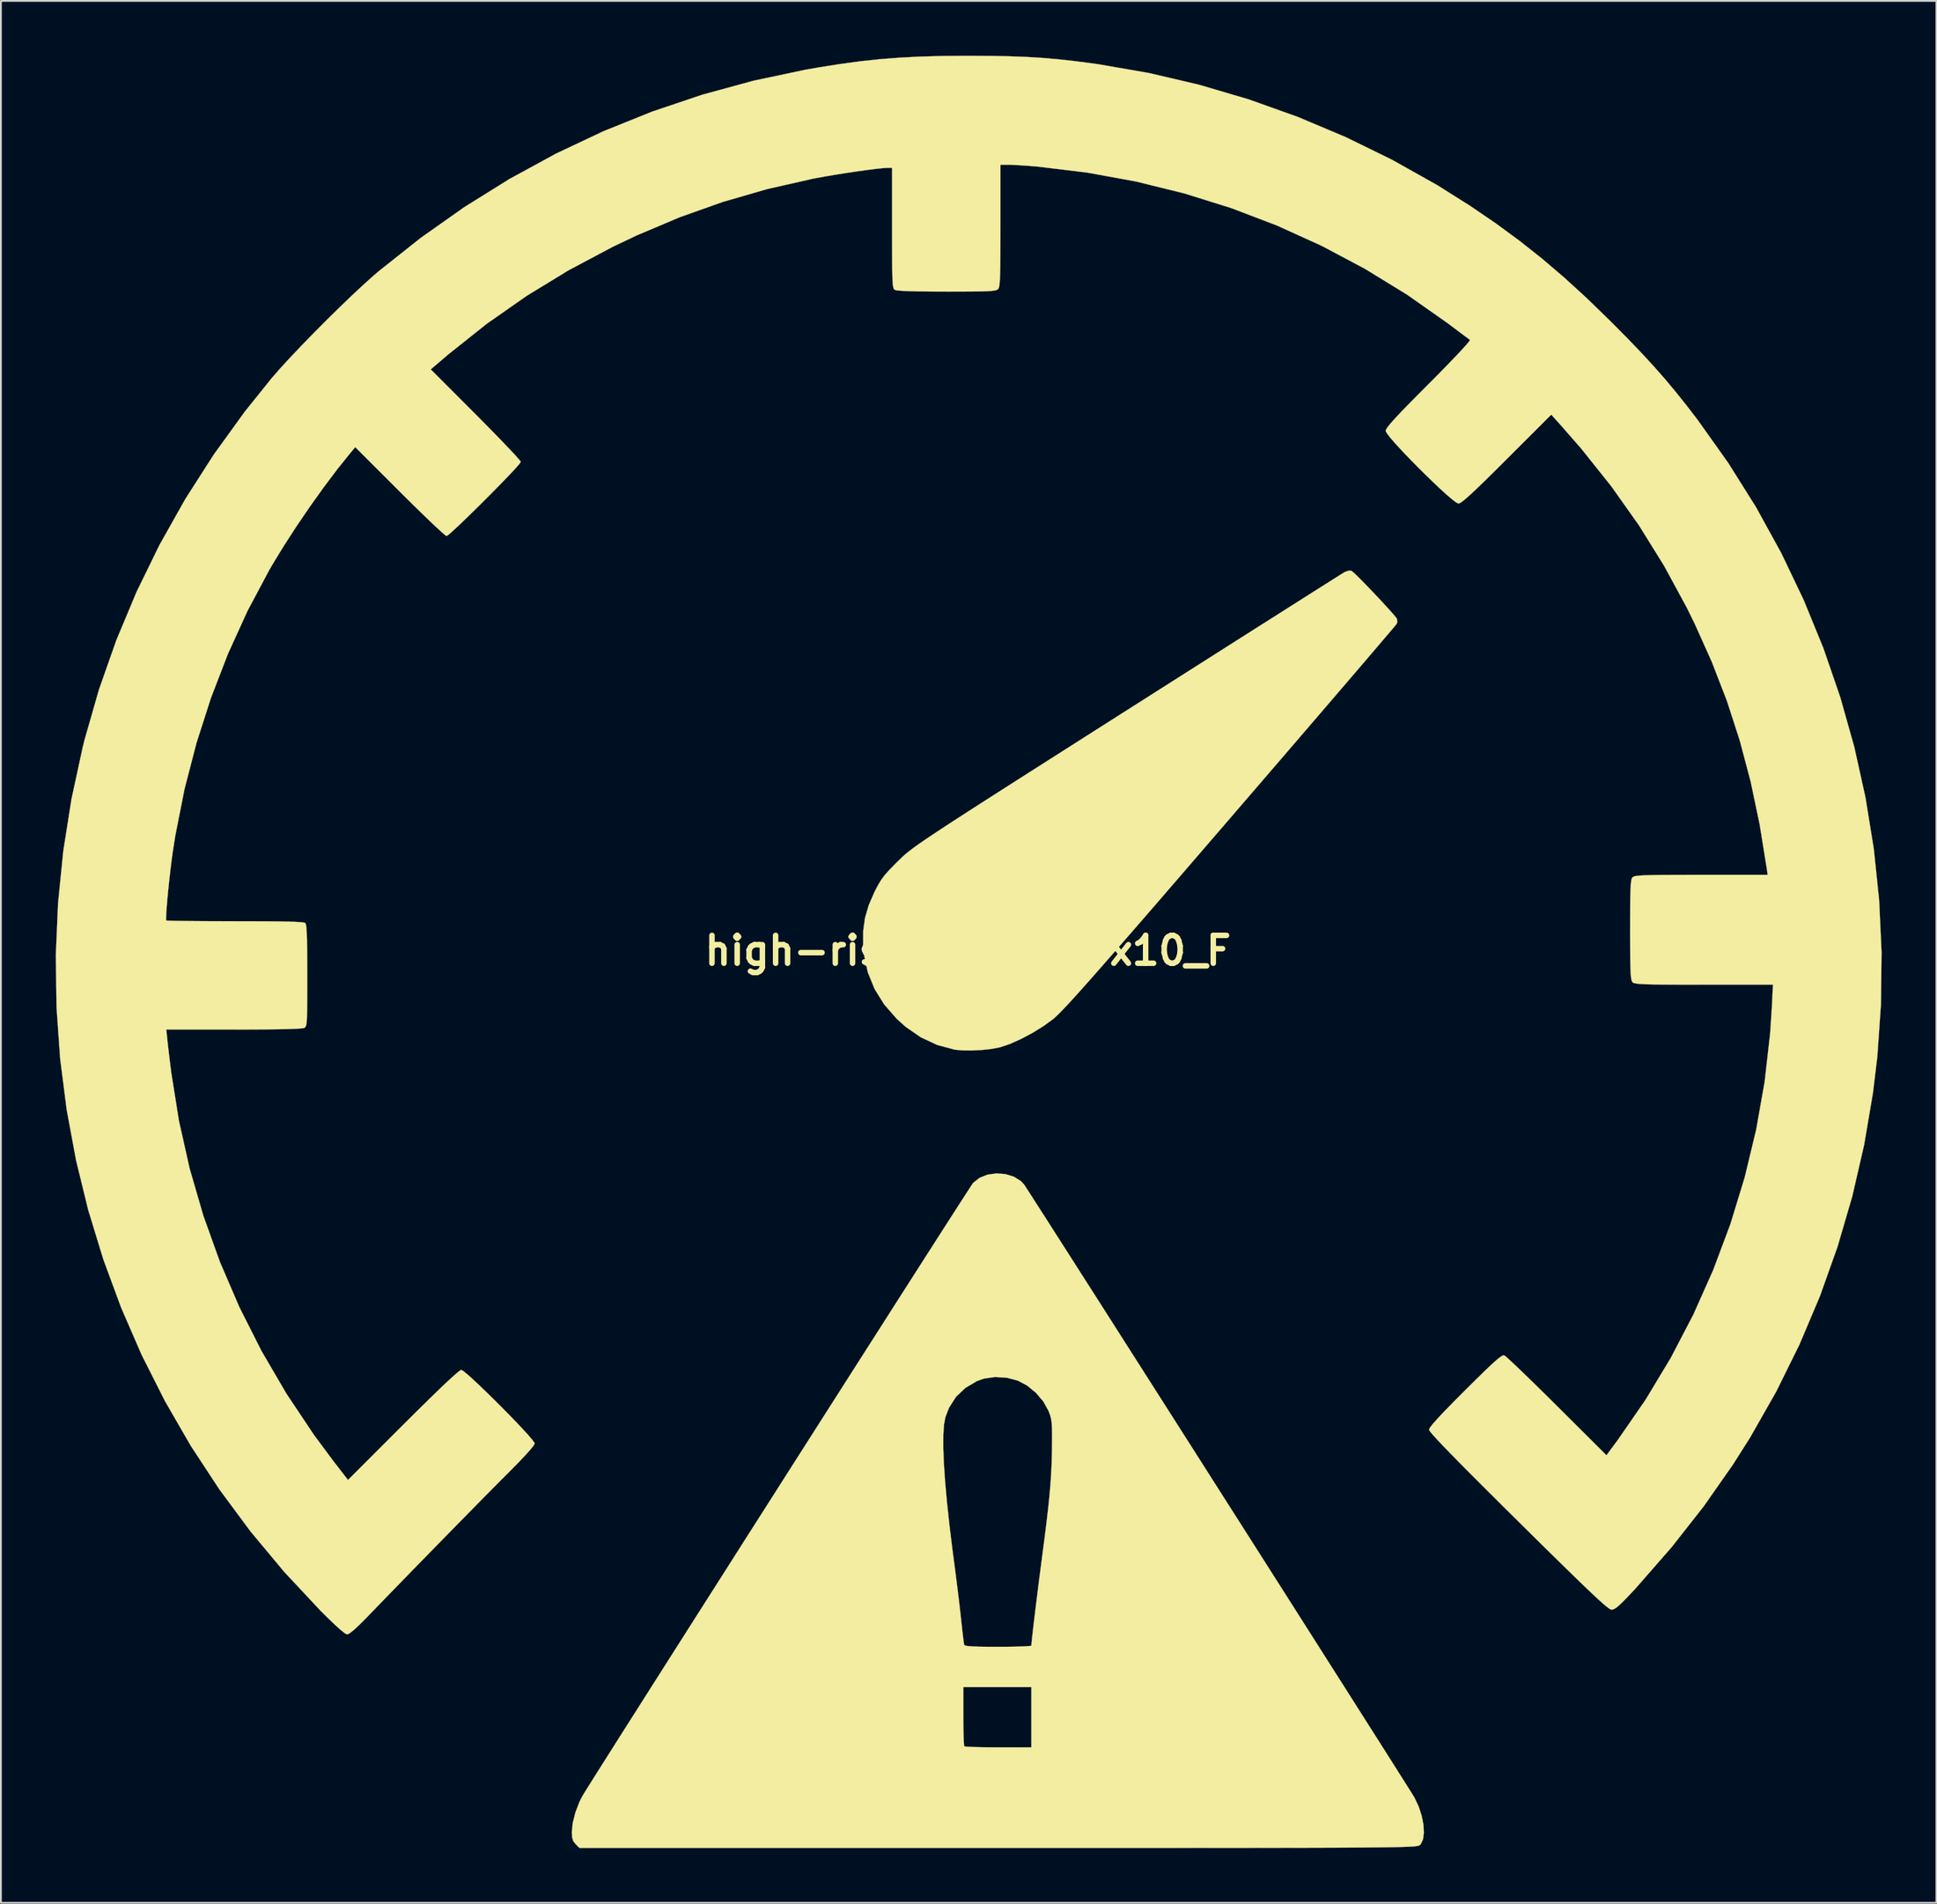
<source format=kicad_pcb>
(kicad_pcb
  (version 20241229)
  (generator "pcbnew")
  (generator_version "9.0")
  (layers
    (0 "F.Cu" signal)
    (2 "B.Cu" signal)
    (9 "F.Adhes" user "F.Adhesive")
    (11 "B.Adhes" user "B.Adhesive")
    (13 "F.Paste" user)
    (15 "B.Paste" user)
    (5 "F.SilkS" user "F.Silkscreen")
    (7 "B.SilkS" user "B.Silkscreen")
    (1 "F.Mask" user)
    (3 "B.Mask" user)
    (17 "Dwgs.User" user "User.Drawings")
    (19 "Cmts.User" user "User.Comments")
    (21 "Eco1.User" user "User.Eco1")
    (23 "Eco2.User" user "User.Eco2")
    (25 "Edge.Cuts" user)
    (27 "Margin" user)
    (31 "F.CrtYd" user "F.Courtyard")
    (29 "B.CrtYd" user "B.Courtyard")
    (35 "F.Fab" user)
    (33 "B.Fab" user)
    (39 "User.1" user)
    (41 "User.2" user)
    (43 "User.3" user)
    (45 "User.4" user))
  (footprint "high-risk-alert_10x10_F"
    (layer "F.Cu")
    (at 49.916 48.977)
    (property "Reference" "high-risk-alert_10x10_F" (at 0 0 0) (layer "F.SilkS") (effects (font (size 1.524 1.524) (thickness 0.3))))
    (attr through_hole)
    (fp_poly (pts (xy 20.98 -20.791) (xy 21.074 -20.719) (xy 21.259 -20.545) (xy 21.514 -20.291) (xy 21.818 -19.98) (xy 22.149 -19.636) (xy 22.485 -19.28) (xy 22.804 -18.936) (xy 23.085 -18.627) (xy 23.306 -18.376) (xy 23.445 -18.205) (xy 23.475 -18.16) (xy 23.496 -17.989) (xy 23.462 -17.887) (xy 23.398 -17.807) (xy 23.23 -17.606) (xy 22.963 -17.291) (xy 22.603 -16.868) (xy 22.156 -16.343) (xy 21.627 -15.725) (xy 21.024 -15.02) (xy 20.351 -14.235) (xy 19.614 -13.376) (xy 18.819 -12.45) (xy 17.973 -11.465) (xy 17.081 -10.427) (xy 16.148 -9.343) (xy 15.182 -8.22) (xy 14.378 -7.286) (xy 13.168 -5.882) (xy 12.063 -4.6) (xy 11.058 -3.436) (xy 10.149 -2.384) (xy 9.329 -1.438) (xy 8.595 -0.592) (xy 7.941 0.159) (xy 7.362 0.821) (xy 6.853 1.399) (xy 6.409 1.9) (xy 6.026 2.329) (xy 5.698 2.691) (xy 5.42 2.992) (xy 5.187 3.238) (xy 4.995 3.435) (xy 4.838 3.588) (xy 4.711 3.703) (xy 4.657 3.748) (xy 4.127 4.134) (xy 3.522 4.508) (xy 2.889 4.843) (xy 2.279 5.114) (xy 1.741 5.293) (xy 1.736 5.294) (xy 1.289 5.379) (xy 0.757 5.437) (xy 0.201 5.465) (xy -0.315 5.459) (xy -0.729 5.417) (xy -0.731 5.417) (xy -1.682 5.161) (xy -2.573 4.746) (xy -3.403 4.174) (xy -3.902 3.725) (xy -4.585 2.941) (xy -5.11 2.095) (xy -5.478 1.189) (xy -5.687 0.221) (xy -5.733 -0.296) (xy -5.73 -1.085) (xy -5.63 -1.802) (xy -5.422 -2.506) (xy -5.111 -3.217) (xy -4.929 -3.57) (xy -4.755 -3.86) (xy -4.557 -4.127) (xy -4.304 -4.414) (xy -3.965 -4.761) (xy -3.857 -4.868) (xy -3.745 -4.978) (xy -3.637 -5.083) (xy -3.525 -5.186) (xy -3.403 -5.293) (xy -3.264 -5.407) (xy -3.1 -5.534) (xy -2.906 -5.679) (xy -2.673 -5.844) (xy -2.396 -6.036) (xy -2.066 -6.259) (xy -1.678 -6.517) (xy -1.225 -6.815) (xy -0.698 -7.158) (xy -0.093 -7.549) (xy 0.599 -7.995) (xy 1.385 -8.498) (xy 2.27 -9.064) (xy 3.263 -9.697) (xy 4.37 -10.402) (xy 5.597 -11.184) (xy 6.953 -12.047) (xy 8.443 -12.995) (xy 8.712 -13.166) (xy 9.997 -13.983) (xy 11.246 -14.777) (xy 12.45 -15.542) (xy 13.601 -16.274) (xy 14.693 -16.968) (xy 15.717 -17.618) (xy 16.666 -18.22) (xy 17.532 -18.769) (xy 18.307 -19.261) (xy 18.984 -19.69) (xy 19.556 -20.052) (xy 20.014 -20.341) (xy 20.351 -20.554) (xy 20.56 -20.684) (xy 20.63 -20.727) (xy 20.834 -20.794) (xy 20.98 -20.791)) (stroke (width 0.01) (type solid)) (fill yes) (layer "F.SilkS"))
    (fp_poly (pts (xy 2.052 12.23) (xy 2.51 12.37) (xy 2.895 12.61) (xy 3.069 12.797) (xy 3.134 12.895) (xy 3.285 13.128) (xy 3.518 13.489) (xy 3.826 13.969) (xy 4.206 14.561) (xy 4.651 15.258) (xy 5.158 16.051) (xy 5.722 16.933) (xy 6.336 17.896) (xy 6.998 18.932) (xy 7.701 20.034) (xy 8.44 21.194) (xy 9.211 22.403) (xy 10.009 23.655) (xy 10.829 24.942) (xy 11.666 26.256) (xy 12.515 27.589) (xy 13.371 28.933) (xy 14.229 30.281) (xy 15.085 31.625) (xy 15.933 32.957) (xy 16.768 34.269) (xy 17.586 35.555) (xy 18.381 36.805) (xy 19.149 38.013) (xy 19.884 39.17) (xy 20.583 40.269) (xy 21.239 41.302) (xy 21.848 42.262) (xy 22.406 43.14) (xy 22.906 43.929) (xy 23.344 44.621) (xy 23.716 45.209) (xy 24.016 45.684) (xy 24.24 46.039) (xy 24.382 46.267) (xy 24.435 46.355) (xy 24.663 46.837) (xy 24.827 47.338) (xy 24.924 47.826) (xy 24.95 48.27) (xy 24.903 48.639) (xy 24.778 48.9) (xy 24.724 48.953) (xy 24.7 48.969) (xy 24.664 48.983) (xy 24.611 48.997) (xy 24.533 49.009) (xy 24.426 49.021) (xy 24.282 49.031) (xy 24.097 49.041) (xy 23.865 49.05) (xy 23.578 49.058) (xy 23.232 49.065) (xy 22.819 49.071) (xy 22.336 49.077) (xy 21.774 49.082) (xy 21.129 49.087) (xy 20.394 49.091) (xy 19.564 49.094) (xy 18.632 49.097) (xy 17.592 49.099) (xy 16.439 49.101) (xy 15.166 49.103) (xy 13.768 49.104) (xy 12.238 49.105) (xy 10.571 49.106) (xy 8.76 49.106) (xy 6.799 49.106) (xy 4.684 49.107) (xy 2.407 49.107) (xy 1.638 49.107) (xy -21.259 49.107) (xy -21.467 48.899) (xy -21.596 48.735) (xy -21.658 48.535) (xy -21.675 48.236) (xy -21.675 48.23) (xy -21.623 47.729) (xy -21.479 47.164) (xy -21.263 46.598) (xy -21.098 46.27) (xy -21.021 46.143) (xy -20.859 45.882) (xy -20.617 45.496) (xy -20.3 44.993) (xy -19.912 44.379) (xy -19.459 43.663) (xy -18.946 42.853) (xy -18.376 41.956) (xy -17.757 40.98) (xy -17.326 40.301) (xy -0.254 40.301) (xy -0.254 41.896) (xy -0.251 42.399) (xy -0.243 42.843) (xy -0.231 43.201) (xy -0.216 43.444) (xy -0.198 43.546) (xy -0.198 43.547) (xy -0.1 43.564) (xy 0.142 43.578) (xy 0.502 43.59) (xy 0.954 43.599) (xy 1.473 43.603) (xy 1.665 43.603) (xy 3.471 43.603) (xy 3.471 40.301) (xy -0.254 40.301) (xy -17.326 40.301) (xy -17.091 39.932) (xy -16.385 38.82) (xy -15.642 37.653) (xy -14.869 36.436) (xy -14.069 35.18) (xy -13.248 33.89) (xy -12.411 32.574) (xy -11.562 31.241) (xy -10.706 29.898) (xy -9.849 28.553) (xy -8.995 27.213) (xy -8.991 27.207) (xy -1.35 27.207) (xy -1.317 28.066) (xy -1.249 29.064) (xy -1.147 30.197) (xy -1.011 31.459) (xy -0.84 32.842) (xy -0.766 33.401) (xy -0.681 34.051) (xy -0.593 34.745) (xy -0.509 35.43) (xy -0.435 36.054) (xy -0.378 36.563) (xy -0.377 36.576) (xy -0.327 37.035) (xy -0.281 37.438) (xy -0.243 37.753) (xy -0.216 37.949) (xy -0.207 37.994) (xy -0.153 38.031) (xy -0.008 38.059) (xy 0.246 38.079) (xy 0.624 38.092) (xy 1.143 38.099) (xy 1.648 38.1) (xy 2.183 38.097) (xy 2.657 38.089) (xy 3.043 38.077) (xy 3.319 38.062) (xy 3.459 38.044) (xy 3.472 38.036) (xy 3.484 37.88) (xy 3.515 37.578) (xy 3.563 37.152) (xy 3.625 36.623) (xy 3.699 36.013) (xy 3.781 35.345) (xy 3.87 34.639) (xy 3.963 33.919) (xy 4.056 33.204) (xy 4.058 33.189) (xy 4.193 32.156) (xy 4.305 31.264) (xy 4.394 30.49) (xy 4.464 29.807) (xy 4.517 29.192) (xy 4.555 28.619) (xy 4.581 28.063) (xy 4.596 27.499) (xy 4.601 27.114) (xy 4.604 26.583) (xy 4.601 26.187) (xy 4.587 25.893) (xy 4.559 25.667) (xy 4.514 25.477) (xy 4.449 25.288) (xy 4.41 25.188) (xy 4.129 24.679) (xy 3.726 24.203) (xy 3.246 23.807) (xy 2.737 23.534) (xy 2.121 23.372) (xy 1.481 23.335) (xy 0.869 23.423) (xy 0.497 23.554) (xy -0.142 23.932) (xy -0.654 24.42) (xy -1.034 25.015) (xy -1.235 25.538) (xy -1.309 25.937) (xy -1.347 26.496) (xy -1.35 27.207) (xy -8.991 27.207) (xy -8.149 25.886) (xy -7.316 24.58) (xy -6.501 23.303) (xy -5.709 22.061) (xy -4.944 20.864) (xy -4.212 19.717) (xy -3.518 18.631) (xy -2.866 17.611) (xy -2.261 16.665) (xy -1.708 15.802) (xy -1.213 15.029) (xy -0.779 14.353) (xy -0.412 13.783) (xy -0.118 13.326) (xy 0.101 12.989) (xy 0.237 12.781) (xy 0.286 12.71) (xy 0.638 12.432) (xy 1.076 12.26) (xy 1.561 12.193) (xy 2.052 12.23)) (stroke (width 0.01) (type solid)) (fill yes) (layer "F.SilkS"))
    (fp_poly (pts (xy 1.228 -48.966) (xy 2.242 -48.947) (xy 3.163 -48.913) (xy 4.031 -48.86) (xy 4.884 -48.788) (xy 5.761 -48.692) (xy 6.699 -48.571) (xy 7.154 -48.508) (xy 9.913 -48.029) (xy 12.658 -47.386) (xy 15.374 -46.585) (xy 18.048 -45.629) (xy 20.667 -44.526) (xy 23.216 -43.278) (xy 25.683 -41.893) (xy 27.493 -40.752) (xy 28.879 -39.805) (xy 30.176 -38.853) (xy 31.42 -37.868) (xy 32.644 -36.823) (xy 33.884 -35.688) (xy 35.172 -34.436) (xy 35.228 -34.38) (xy 36.082 -33.517) (xy 36.834 -32.735) (xy 37.509 -32.003) (xy 38.135 -31.291) (xy 38.738 -30.57) (xy 39.344 -29.81) (xy 39.936 -29.038) (xy 41.605 -26.69) (xy 43.129 -24.261) (xy 44.506 -21.757) (xy 45.733 -19.187) (xy 46.81 -16.556) (xy 47.733 -13.873) (xy 48.502 -11.144) (xy 49.115 -8.376) (xy 49.568 -5.577) (xy 49.862 -2.754) (xy 49.994 0.086) (xy 49.961 2.936) (xy 49.763 5.789) (xy 49.523 7.789) (xy 49.038 10.641) (xy 48.39 13.451) (xy 47.582 16.213) (xy 46.618 18.918) (xy 45.499 21.562) (xy 44.228 24.136) (xy 42.807 26.634) (xy 41.873 28.109) (xy 40.268 30.404) (xy 38.5 32.655) (xy 36.571 34.863) (xy 36.337 35.115) (xy 35.973 35.499) (xy 35.7 35.77) (xy 35.499 35.944) (xy 35.349 36.038) (xy 35.232 36.068) (xy 35.224 36.068) (xy 35.164 36.05) (xy 35.067 35.991) (xy 34.928 35.884) (xy 34.738 35.723) (xy 34.49 35.5) (xy 34.176 35.208) (xy 33.791 34.841) (xy 33.325 34.392) (xy 32.772 33.853) (xy 32.125 33.219) (xy 31.375 32.481) (xy 30.517 31.633) (xy 30.114 31.234) (xy 29.145 30.274) (xy 28.294 29.426) (xy 27.556 28.688) (xy 26.928 28.055) (xy 26.406 27.523) (xy 25.985 27.087) (xy 25.661 26.743) (xy 25.43 26.488) (xy 25.289 26.316) (xy 25.232 26.224) (xy 25.231 26.216) (xy 25.279 26.11) (xy 25.428 25.915) (xy 25.683 25.626) (xy 26.047 25.238) (xy 26.525 24.746) (xy 27.123 24.144) (xy 27.206 24.061) (xy 27.767 23.505) (xy 28.221 23.06) (xy 28.581 22.716) (xy 28.857 22.463) (xy 29.062 22.291) (xy 29.206 22.189) (xy 29.3 22.147) (xy 29.344 22.149) (xy 29.436 22.218) (xy 29.635 22.396) (xy 29.927 22.669) (xy 30.301 23.025) (xy 30.742 23.452) (xy 31.239 23.938) (xy 31.779 24.469) (xy 32.224 24.911) (xy 34.942 27.618) (xy 35.558 26.784) (xy 37.079 24.582) (xy 38.459 22.291) (xy 39.695 19.92) (xy 40.783 17.478) (xy 41.721 14.973) (xy 42.504 12.415) (xy 43.131 9.813) (xy 43.597 7.175) (xy 43.9 4.511) (xy 43.994 3.069) (xy 44.052 1.863) (xy 40.278 1.863) (xy 39.369 1.862) (xy 38.614 1.86) (xy 37.999 1.856) (xy 37.51 1.85) (xy 37.131 1.84) (xy 36.847 1.827) (xy 36.644 1.811) (xy 36.507 1.789) (xy 36.421 1.763) (xy 36.372 1.731) (xy 36.37 1.73) (xy 36.333 1.674) (xy 36.304 1.579) (xy 36.281 1.427) (xy 36.263 1.2) (xy 36.251 0.88) (xy 36.244 0.451) (xy 36.239 -0.105) (xy 36.237 -0.806) (xy 36.237 -1.143) (xy 36.238 -1.909) (xy 36.241 -2.523) (xy 36.248 -3.003) (xy 36.258 -3.365) (xy 36.273 -3.629) (xy 36.293 -3.81) (xy 36.32 -3.927) (xy 36.354 -3.996) (xy 36.37 -4.016) (xy 36.419 -4.048) (xy 36.504 -4.075) (xy 36.641 -4.097) (xy 36.844 -4.114) (xy 37.128 -4.127) (xy 37.509 -4.136) (xy 38.002 -4.143) (xy 38.621 -4.146) (xy 39.382 -4.148) (xy 40.133 -4.149) (xy 43.762 -4.149) (xy 43.718 -4.466) (xy 43.322 -6.92) (xy 42.831 -9.254) (xy 42.237 -11.495) (xy 41.533 -13.667) (xy 40.709 -15.798) (xy 39.76 -17.912) (xy 39.324 -18.796) (xy 38.087 -21.076) (xy 36.722 -23.272) (xy 35.216 -25.4) (xy 33.561 -27.475) (xy 32.448 -28.749) (xy 31.919 -29.335) (xy 29.484 -26.902) (xy 28.84 -26.26) (xy 28.303 -25.732) (xy 27.866 -25.308) (xy 27.518 -24.981) (xy 27.251 -24.742) (xy 27.055 -24.583) (xy 26.921 -24.495) (xy 26.843 -24.469) (xy 26.72 -24.528) (xy 26.501 -24.694) (xy 26.202 -24.949) (xy 25.844 -25.274) (xy 25.443 -25.653) (xy 25.017 -26.066) (xy 24.585 -26.495) (xy 24.165 -26.924) (xy 23.774 -27.333) (xy 23.43 -27.706) (xy 23.152 -28.023) (xy 22.958 -28.267) (xy 22.865 -28.42) (xy 22.86 -28.445) (xy 22.885 -28.527) (xy 22.968 -28.656) (xy 23.116 -28.841) (xy 23.339 -29.094) (xy 23.647 -29.423) (xy 24.049 -29.839) (xy 24.554 -30.352) (xy 25.17 -30.972) (xy 25.209 -31.011) (xy 25.751 -31.556) (xy 26.238 -32.054) (xy 26.659 -32.493) (xy 27.005 -32.86) (xy 27.263 -33.145) (xy 27.423 -33.336) (xy 27.475 -33.422) (xy 27.473 -33.424) (xy 27.38 -33.493) (xy 27.175 -33.646) (xy 26.884 -33.864) (xy 26.53 -34.129) (xy 26.246 -34.343) (xy 24.033 -35.899) (xy 21.736 -37.309) (xy 19.362 -38.571) (xy 16.915 -39.683) (xy 14.401 -40.642) (xy 11.826 -41.446) (xy 9.196 -42.094) (xy 6.516 -42.583) (xy 3.793 -42.912) (xy 3.641 -42.925) (xy 3.199 -42.96) (xy 2.77 -42.988) (xy 2.411 -43.005) (xy 2.223 -43.01) (xy 1.778 -43.011) (xy 1.778 -39.672) (xy 1.777 -38.821) (xy 1.775 -38.123) (xy 1.77 -37.563) (xy 1.763 -37.126) (xy 1.751 -36.794) (xy 1.736 -36.553) (xy 1.716 -36.387) (xy 1.69 -36.281) (xy 1.659 -36.217) (xy 1.645 -36.201) (xy 1.589 -36.163) (xy 1.493 -36.133) (xy 1.339 -36.11) (xy 1.109 -36.093) (xy 0.786 -36.081) (xy 0.351 -36.074) (xy -0.212 -36.07) (xy -0.921 -36.068) (xy -1.155 -36.068) (xy -1.965 -36.071) (xy -2.653 -36.079) (xy -3.21 -36.093) (xy -3.625 -36.111) (xy -3.889 -36.134) (xy -3.985 -36.156) (xy -4.026 -36.184) (xy -4.06 -36.231) (xy -4.087 -36.312) (xy -4.108 -36.444) (xy -4.123 -36.642) (xy -4.134 -36.923) (xy -4.142 -37.303) (xy -4.146 -37.798) (xy -4.148 -38.423) (xy -4.149 -39.196) (xy -4.149 -39.542) (xy -4.149 -42.841) (xy -4.393 -42.841) (xy -4.638 -42.827) (xy -5.018 -42.787) (xy -5.501 -42.726) (xy -6.057 -42.649) (xy -6.652 -42.56) (xy -7.257 -42.464) (xy -7.839 -42.366) (xy -8.366 -42.269) (xy -8.497 -42.244) (xy -10.99 -41.678) (xy -13.407 -40.979) (xy -15.776 -40.137) (xy -18.126 -39.143) (xy -19.431 -38.522) (xy -21.844 -37.241) (xy -24.142 -35.838) (xy -26.33 -34.308) (xy -28.412 -32.65) (xy -28.477 -32.595) (xy -29.396 -31.812) (xy -26.932 -29.344) (xy -26.401 -28.809) (xy -25.909 -28.307) (xy -25.469 -27.853) (xy -25.094 -27.46) (xy -24.795 -27.14) (xy -24.587 -26.907) (xy -24.48 -26.774) (xy -24.469 -26.751) (xy -24.527 -26.66) (xy -24.69 -26.469) (xy -24.941 -26.195) (xy -25.263 -25.857) (xy -25.637 -25.47) (xy -26.047 -25.053) (xy -26.476 -24.623) (xy -26.905 -24.197) (xy -27.319 -23.792) (xy -27.699 -23.426) (xy -28.028 -23.115) (xy -28.289 -22.878) (xy -28.464 -22.731) (xy -28.533 -22.691) (xy -28.618 -22.749) (xy -28.809 -22.915) (xy -29.093 -23.175) (xy -29.455 -23.519) (xy -29.884 -23.932) (xy -30.364 -24.401) (xy -30.884 -24.916) (xy -31.093 -25.124) (xy -33.527 -27.557) (xy -33.803 -27.226) (xy -34.51 -26.345) (xy -35.259 -25.35) (xy -36.02 -24.284) (xy -36.765 -23.189) (xy -37.465 -22.105) (xy -38.092 -21.074) (xy -38.234 -20.828) (xy -39.422 -18.594) (xy -40.487 -16.257) (xy -41.421 -13.837) (xy -42.219 -11.353) (xy -42.873 -8.826) (xy -43.377 -6.275) (xy -43.517 -5.376) (xy -43.582 -4.902) (xy -43.646 -4.38) (xy -43.707 -3.837) (xy -43.763 -3.3) (xy -43.811 -2.796) (xy -43.848 -2.352) (xy -43.871 -1.995) (xy -43.88 -1.752) (xy -43.869 -1.649) (xy -43.869 -1.649) (xy -43.779 -1.64) (xy -43.536 -1.633) (xy -43.159 -1.626) (xy -42.665 -1.62) (xy -42.07 -1.615) (xy -41.393 -1.611) (xy -40.65 -1.609) (xy -40.092 -1.609) (xy -39.133 -1.607) (xy -38.332 -1.604) (xy -37.679 -1.597) (xy -37.164 -1.587) (xy -36.774 -1.573) (xy -36.5 -1.556) (xy -36.331 -1.534) (xy -36.255 -1.508) (xy -36.254 -1.507) (xy -36.224 -1.427) (xy -36.2 -1.246) (xy -36.181 -0.951) (xy -36.167 -0.532) (xy -36.158 0.024) (xy -36.154 0.728) (xy -36.153 1.369) (xy -36.153 2.128) (xy -36.155 2.735) (xy -36.159 3.208) (xy -36.167 3.565) (xy -36.179 3.823) (xy -36.197 3.999) (xy -36.222 4.112) (xy -36.254 4.179) (xy -36.294 4.217) (xy -36.316 4.23) (xy -36.448 4.254) (xy -36.743 4.274) (xy -37.198 4.291) (xy -37.808 4.303) (xy -38.567 4.312) (xy -39.471 4.317) (xy -40.173 4.318) (xy -43.866 4.318) (xy -43.813 4.847) (xy -43.783 5.124) (xy -43.737 5.522) (xy -43.68 5.996) (xy -43.618 6.497) (xy -43.596 6.671) (xy -43.173 9.322) (xy -42.586 11.937) (xy -41.838 14.511) (xy -40.932 17.036) (xy -39.87 19.507) (xy -38.654 21.915) (xy -37.288 24.255) (xy -35.775 26.52) (xy -34.719 27.942) (xy -33.924 28.97) (xy -30.91 25.957) (xy -30.13 25.181) (xy -29.455 24.517) (xy -28.889 23.967) (xy -28.431 23.534) (xy -28.085 23.218) (xy -27.851 23.021) (xy -27.732 22.946) (xy -27.725 22.945) (xy -27.62 23.003) (xy -27.416 23.168) (xy -27.131 23.421) (xy -26.784 23.745) (xy -26.391 24.121) (xy -25.97 24.533) (xy -25.539 24.963) (xy -25.116 25.392) (xy -24.717 25.804) (xy -24.362 26.181) (xy -24.066 26.505) (xy -23.849 26.758) (xy -23.727 26.923) (xy -23.707 26.971) (xy -23.767 27.087) (xy -23.943 27.306) (xy -24.223 27.62) (xy -24.6 28.017) (xy -25.063 28.487) (xy -25.152 28.576) (xy -25.534 28.958) (xy -26.018 29.446) (xy -26.589 30.024) (xy -27.231 30.677) (xy -27.928 31.388) (xy -28.665 32.141) (xy -29.428 32.921) (xy -30.199 33.711) (xy -30.963 34.497) (xy -31.706 35.261) (xy -32.411 35.989) (xy -32.917 36.513) (xy -33.304 36.901) (xy -33.616 37.188) (xy -33.843 37.366) (xy -33.968 37.423) (xy -34.094 37.36) (xy -34.324 37.177) (xy -34.654 36.88) (xy -35.075 36.474) (xy -35.43 36.12) (xy -37.416 33.995) (xy -39.262 31.779) (xy -40.967 29.476) (xy -42.529 27.094) (xy -43.946 24.639) (xy -45.217 22.117) (xy -46.339 19.533) (xy -47.312 16.895) (xy -48.134 14.208) (xy -48.802 11.479) (xy -49.315 8.713) (xy -49.673 5.917) (xy -49.872 3.097) (xy -49.911 0.26) (xy -49.789 -2.589) (xy -49.503 -5.444) (xy -49.053 -8.298) (xy -48.436 -11.145) (xy -48.338 -11.538) (xy -47.55 -14.288) (xy -46.601 -16.986) (xy -45.496 -19.628) (xy -44.236 -22.207) (xy -42.824 -24.718) (xy -41.263 -27.156) (xy -39.557 -29.515) (xy -38.101 -31.327) (xy -37.651 -31.844) (xy -37.098 -32.447) (xy -36.468 -33.112) (xy -35.786 -33.813) (xy -35.079 -34.524) (xy -34.37 -35.221) (xy -33.685 -35.878) (xy -33.049 -36.471) (xy -32.489 -36.973) (xy -32.258 -37.17) (xy -29.946 -39.006) (xy -27.555 -40.693) (xy -25.089 -42.23) (xy -22.55 -43.615) (xy -19.941 -44.847) (xy -17.267 -45.924) (xy -14.53 -46.845) (xy -11.733 -47.609) (xy -8.879 -48.213) (xy -8.17 -48.337) (xy -7.007 -48.521) (xy -5.916 -48.669) (xy -4.859 -48.784) (xy -3.797 -48.868) (xy -2.691 -48.926) (xy -1.502 -48.96) (xy -0.192 -48.972) (xy 0.085 -48.972) (xy 1.228 -48.966)) (stroke (width 0.01) (type solid)) (fill yes) (layer "F.SilkS")))
  (gr_rect
    (start -3 -3)
    (end 102.914 101.089)
    (stroke (width 0.1) (type default))
    (fill no)
    (layer "Edge.Cuts")))
</source>
